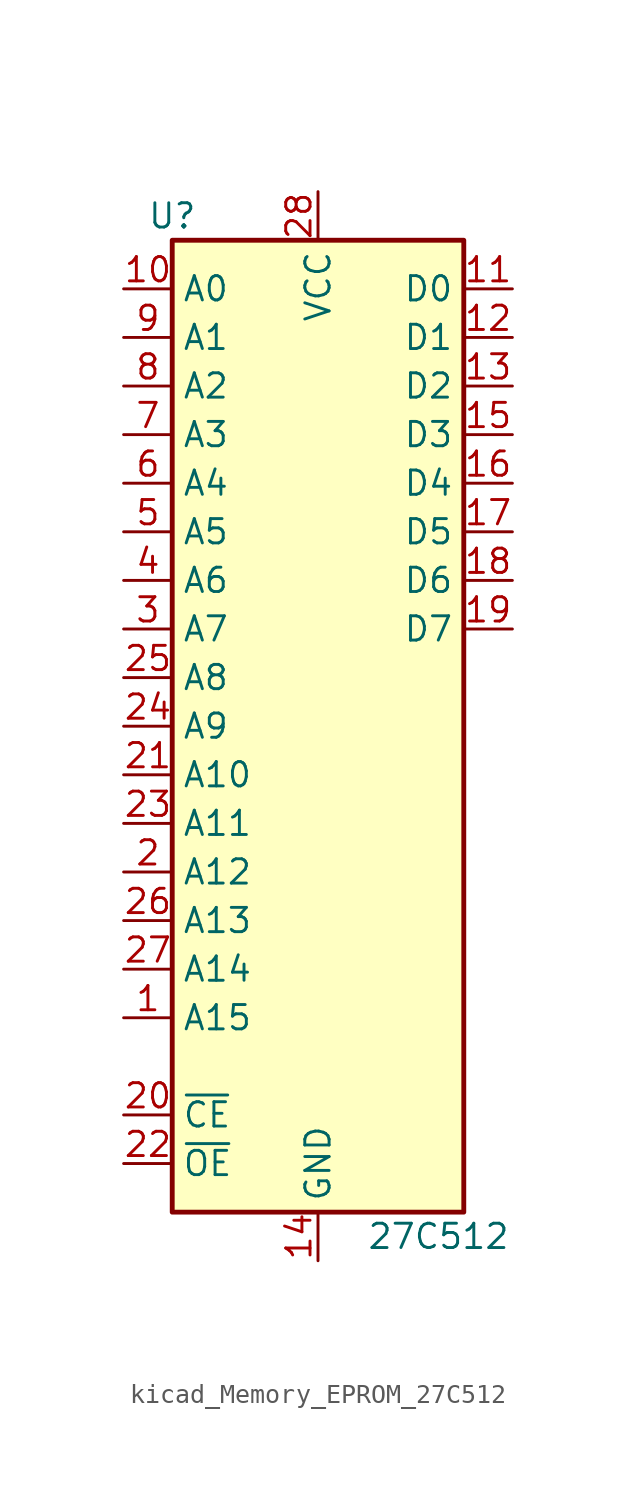
<source format=kicad_sym>
(kicad_symbol_lib
  (version 20220914)
  (generator kicad_symbol_editor)
  (symbol "kicad_Memory_EPROM_27C512"
    (property "Reference" "U"
      (at -7.62 26.67 0)
      (effects (font (size 1.27 1.27))))
    (property "Value" "27C512"
      (at 2.54 -26.67 0)
      (effects (font (size 1.27 1.27)) (justify left)))
    (symbol "kicad_Memory_EPROM_27C512_1_1"
      (rectangle (start -7.62 25.4) (end 7.62 -25.4) (stroke (width 0.254) (type default)) (fill (type background)))
      (pin input line (at -10.16 -15.24 0) (length 2.54) (name "A15" (effects (font (size 1.27 1.27)))) (number "1" (effects (font (size 1.27 1.27)))))
      (pin input line (at -10.16 22.86 0) (length 2.54) (name "A0" (effects (font (size 1.27 1.27)))) (number "10" (effects (font (size 1.27 1.27)))))
      (pin tri_state line (at 10.16 22.86 180) (length 2.54) (name "D0" (effects (font (size 1.27 1.27)))) (number "11" (effects (font (size 1.27 1.27)))))
      (pin tri_state line (at 10.16 20.32 180) (length 2.54) (name "D1" (effects (font (size 1.27 1.27)))) (number "12" (effects (font (size 1.27 1.27)))))
      (pin tri_state line (at 10.16 17.78 180) (length 2.54) (name "D2" (effects (font (size 1.27 1.27)))) (number "13" (effects (font (size 1.27 1.27)))))
      (pin power_in line (at 0 -27.94 90) (length 2.54) (name "GND" (effects (font (size 1.27 1.27)))) (number "14" (effects (font (size 1.27 1.27)))))
      (pin tri_state line (at 10.16 15.24 180) (length 2.54) (name "D3" (effects (font (size 1.27 1.27)))) (number "15" (effects (font (size 1.27 1.27)))))
      (pin tri_state line (at 10.16 12.7 180) (length 2.54) (name "D4" (effects (font (size 1.27 1.27)))) (number "16" (effects (font (size 1.27 1.27)))))
      (pin tri_state line (at 10.16 10.16 180) (length 2.54) (name "D5" (effects (font (size 1.27 1.27)))) (number "17" (effects (font (size 1.27 1.27)))))
      (pin tri_state line (at 10.16 7.62 180) (length 2.54) (name "D6" (effects (font (size 1.27 1.27)))) (number "18" (effects (font (size 1.27 1.27)))))
      (pin tri_state line (at 10.16 5.08 180) (length 2.54) (name "D7" (effects (font (size 1.27 1.27)))) (number "19" (effects (font (size 1.27 1.27)))))
      (pin input line (at -10.16 -7.62 0) (length 2.54) (name "A12" (effects (font (size 1.27 1.27)))) (number "2" (effects (font (size 1.27 1.27)))))
      (pin input line (at -10.16 -20.32 0) (length 2.54) (name "~{CE}" (effects (font (size 1.27 1.27)))) (number "20" (effects (font (size 1.27 1.27)))))
      (pin input line (at -10.16 -2.54 0) (length 2.54) (name "A10" (effects (font (size 1.27 1.27)))) (number "21" (effects (font (size 1.27 1.27)))))
      (pin input line (at -10.16 -22.86 0) (length 2.54) (name "~{OE}" (effects (font (size 1.27 1.27)))) (number "22" (effects (font (size 1.27 1.27)))))
      (pin input line (at -10.16 -5.08 0) (length 2.54) (name "A11" (effects (font (size 1.27 1.27)))) (number "23" (effects (font (size 1.27 1.27)))))
      (pin input line (at -10.16 0 0) (length 2.54) (name "A9" (effects (font (size 1.27 1.27)))) (number "24" (effects (font (size 1.27 1.27)))))
      (pin input line (at -10.16 2.54 0) (length 2.54) (name "A8" (effects (font (size 1.27 1.27)))) (number "25" (effects (font (size 1.27 1.27)))))
      (pin input line (at -10.16 -10.16 0) (length 2.54) (name "A13" (effects (font (size 1.27 1.27)))) (number "26" (effects (font (size 1.27 1.27)))))
      (pin input line (at -10.16 -12.7 0) (length 2.54) (name "A14" (effects (font (size 1.27 1.27)))) (number "27" (effects (font (size 1.27 1.27)))))
      (pin power_in line (at 0 27.94 270) (length 2.54) (name "VCC" (effects (font (size 1.27 1.27)))) (number "28" (effects (font (size 1.27 1.27)))))
      (pin input line (at -10.16 5.08 0) (length 2.54) (name "A7" (effects (font (size 1.27 1.27)))) (number "3" (effects (font (size 1.27 1.27)))))
      (pin input line (at -10.16 7.62 0) (length 2.54) (name "A6" (effects (font (size 1.27 1.27)))) (number "4" (effects (font (size 1.27 1.27)))))
      (pin input line (at -10.16 10.16 0) (length 2.54) (name "A5" (effects (font (size 1.27 1.27)))) (number "5" (effects (font (size 1.27 1.27)))))
      (pin input line (at -10.16 12.7 0) (length 2.54) (name "A4" (effects (font (size 1.27 1.27)))) (number "6" (effects (font (size 1.27 1.27)))))
      (pin input line (at -10.16 15.24 0) (length 2.54) (name "A3" (effects (font (size 1.27 1.27)))) (number "7" (effects (font (size 1.27 1.27)))))
      (pin input line (at -10.16 17.78 0) (length 2.54) (name "A2" (effects (font (size 1.27 1.27)))) (number "8" (effects (font (size 1.27 1.27)))))
      (pin input line (at -10.16 20.32 0) (length 2.54) (name "A1" (effects (font (size 1.27 1.27)))) (number "9" (effects (font (size 1.27 1.27))))))))
</source>
